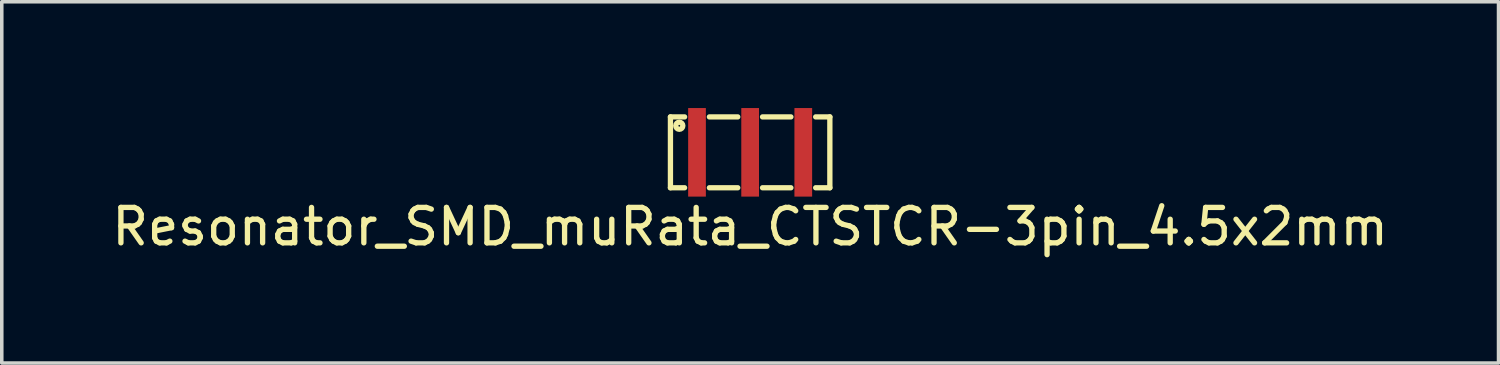
<source format=kicad_pcb>
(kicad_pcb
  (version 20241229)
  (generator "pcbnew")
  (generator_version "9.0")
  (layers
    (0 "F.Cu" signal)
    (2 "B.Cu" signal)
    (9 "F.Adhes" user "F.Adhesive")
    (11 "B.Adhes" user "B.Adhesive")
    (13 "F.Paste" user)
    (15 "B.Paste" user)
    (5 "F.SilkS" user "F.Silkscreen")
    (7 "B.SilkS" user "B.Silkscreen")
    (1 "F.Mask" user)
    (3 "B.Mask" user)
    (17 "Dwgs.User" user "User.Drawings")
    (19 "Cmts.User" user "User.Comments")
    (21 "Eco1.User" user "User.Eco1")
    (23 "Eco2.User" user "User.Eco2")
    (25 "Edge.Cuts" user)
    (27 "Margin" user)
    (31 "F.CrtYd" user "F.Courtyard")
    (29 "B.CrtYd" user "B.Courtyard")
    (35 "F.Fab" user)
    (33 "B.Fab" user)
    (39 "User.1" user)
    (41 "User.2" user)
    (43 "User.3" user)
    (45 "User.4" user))
  (footprint "Resonator_SMD_muRata_CTSTCR-3pin_4.5x2mm"
    (layer "F.Cu")
    (at 18.125 1.25)
    (property "Reference" "Resonator_SMD_muRata_CTSTCR-3pin_4.5x2mm" (at 0 2.1 0) (layer "F.SilkS") (effects (font (size 1 1) (thickness 0.15))))
    (attr through_hole)
    (fp_line (start -2.25 -1) (end -2.25 1) (stroke (width 0.15) (type solid)) (layer "F.SilkS"))
    (fp_line (start -2.25 1) (end -1.85 1) (stroke (width 0.15) (type solid)) (layer "F.SilkS"))
    (fp_line (start -1.85 -1) (end -2.25 -1) (stroke (width 0.15) (type solid)) (layer "F.SilkS"))
    (fp_line (start -1.15 1) (end -0.35 1) (stroke (width 0.15) (type solid)) (layer "F.SilkS"))
    (fp_line (start -0.35 -1) (end -1.15 -1) (stroke (width 0.15) (type solid)) (layer "F.SilkS"))
    (fp_line (start 0.35 1) (end 1.15 1) (stroke (width 0.15) (type solid)) (layer "F.SilkS"))
    (fp_line (start 1.15 -1) (end 0.35 -1) (stroke (width 0.15) (type solid)) (layer "F.SilkS"))
    (fp_line (start 1.85 1) (end 2.25 1) (stroke (width 0.15) (type solid)) (layer "F.SilkS"))
    (fp_line (start 2.25 -1) (end 1.85 -1) (stroke (width 0.15) (type solid)) (layer "F.SilkS"))
    (fp_line (start 2.25 1) (end 2.25 -1) (stroke (width 0.15) (type solid)) (layer "F.SilkS"))
    (fp_circle (center -2 -0.75) (end -2 -0.65) (stroke (width 0.15) (type solid)) (fill no) (layer "F.SilkS"))
    (pad "1" smd rect (at -1.5 0) (size 0.5 2.5) (layers "F.Cu" "F.Mask" "F.Paste"))
    (pad "2" smd rect (at 0 0) (size 0.5 2.5) (layers "F.Cu" "F.Mask" "F.Paste"))
    (pad "3" smd rect (at 1.5 0) (size 0.5 2.5) (layers "F.Cu" "F.Mask" "F.Paste")))
  (gr_rect
    (start -3 -3)
    (end 39.25 7.198)
    (stroke (width 0.1) (type default))
    (fill no)
    (layer "Edge.Cuts")))
</source>
